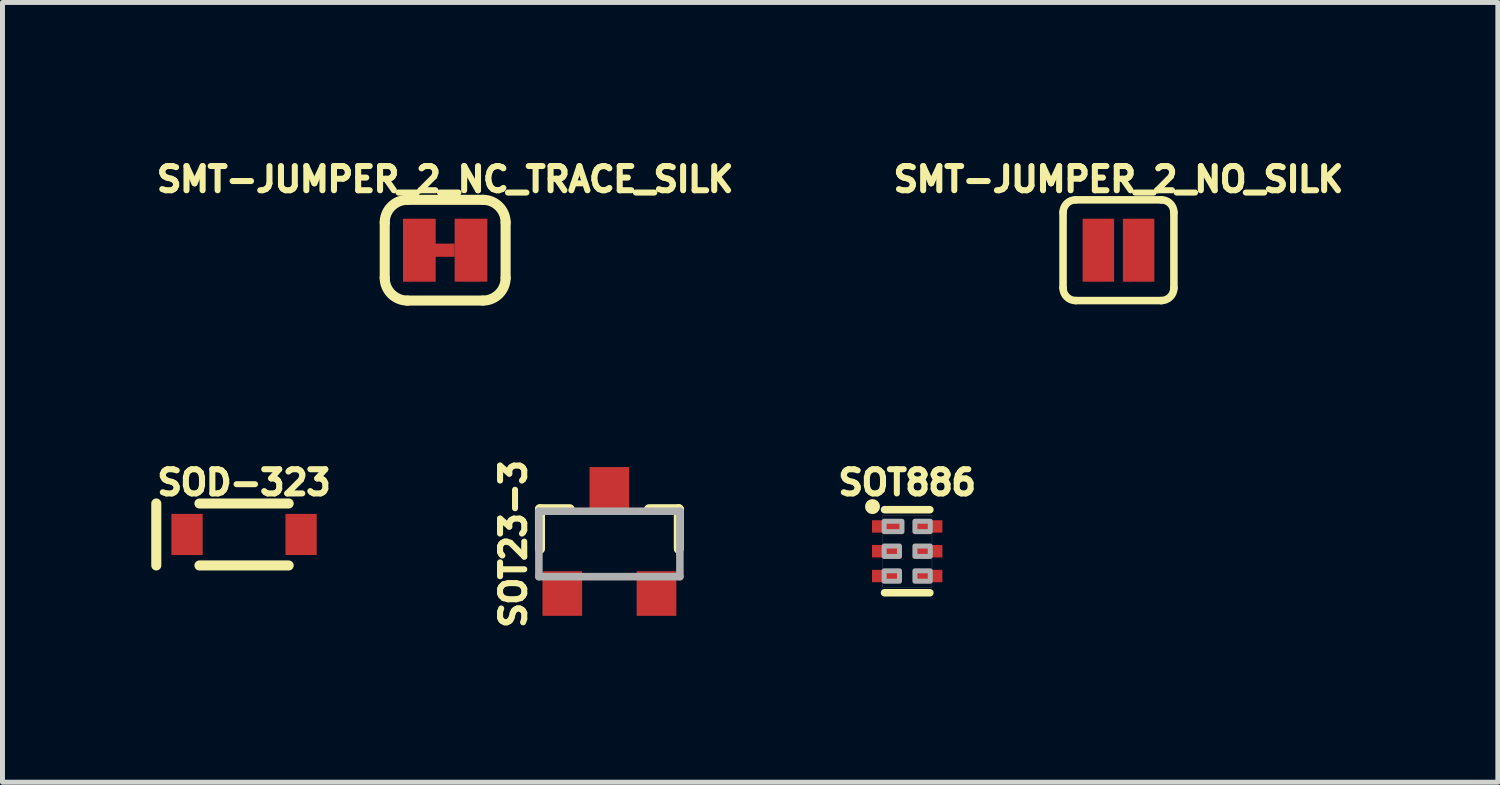
<source format=kicad_pcb>
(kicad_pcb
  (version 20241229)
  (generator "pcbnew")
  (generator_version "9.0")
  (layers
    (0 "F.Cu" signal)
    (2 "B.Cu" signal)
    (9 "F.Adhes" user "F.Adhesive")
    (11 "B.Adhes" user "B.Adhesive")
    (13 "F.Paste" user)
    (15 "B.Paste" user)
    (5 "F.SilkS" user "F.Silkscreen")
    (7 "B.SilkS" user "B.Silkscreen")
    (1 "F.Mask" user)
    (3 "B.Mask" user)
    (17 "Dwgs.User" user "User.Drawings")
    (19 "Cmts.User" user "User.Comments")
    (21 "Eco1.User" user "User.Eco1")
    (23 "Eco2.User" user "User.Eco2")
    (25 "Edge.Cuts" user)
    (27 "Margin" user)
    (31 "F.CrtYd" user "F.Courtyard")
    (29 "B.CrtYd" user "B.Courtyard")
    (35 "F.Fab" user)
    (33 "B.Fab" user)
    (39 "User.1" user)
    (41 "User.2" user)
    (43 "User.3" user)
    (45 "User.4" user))
  (footprint "SMT-JUMPER_2_NC_TRACE_SILK"
    (layer "F.Cu")
    (at 5.928 1.996)
    (property "Reference" "SMT-JUMPER_2_NC_TRACE_SILK" (at 0 -1.143 0) (layer "F.SilkS") (effects (font (size 0.488 0.488) (thickness 0.122)) (justify bottom)))
    (fp_poly (pts (xy 0.191 0.133) (xy -0.705 0.133) (xy -0.705 -0.133) (xy 0.191 -0.133)) (stroke (width 0) (type solid)) (fill yes) (layer "F.Cu"))
    (fp_poly (pts (xy 0.254 0.191) (xy -0.254 0.191) (xy -0.254 -0.191) (xy 0.254 -0.191)) (stroke (width 0) (type solid)) (fill yes) (layer "F.Mask"))
    (fp_line (start -1.219 0.559) (end -1.219 -0.559) (stroke (width 0.203) (type solid)) (layer "F.SilkS"))
    (fp_line (start -0.762 -1.016) (end 0.762 -1.016) (stroke (width 0.203) (type solid)) (layer "F.SilkS"))
    (fp_line (start 0.762 1.016) (end -0.762 1.016) (stroke (width 0.203) (type solid)) (layer "F.SilkS"))
    (fp_line (start 1.219 0.559) (end 1.219 -0.559) (stroke (width 0.203) (type solid)) (layer "F.SilkS"))
    (fp_arc (start -1.2192 -0.5588) (mid -1.085289 -0.882089) (end -0.762 -1.016) (stroke (width 0.2032) (type solid)) (layer "F.SilkS"))
    (fp_arc (start -0.762 1.016) (mid -1.085289 0.882089) (end -1.2192 0.5588) (stroke (width 0.2032) (type solid)) (layer "F.SilkS"))
    (fp_arc (start 0.762 -1.016) (mid 1.085289 -0.882089) (end 1.2192 -0.5588) (stroke (width 0.2032) (type solid)) (layer "F.SilkS"))
    (fp_arc (start 1.2192 0.5588) (mid 1.085289 0.882089) (end 0.762 1.016) (stroke (width 0.2032) (type solid)) (layer "F.SilkS"))
    (pad "1" smd rect (at -0.521 0) (size 0.66 1.27) (layers "F.Cu" "F.Mask"))
    (pad "2" smd rect (at 0.521 0) (size 0.66 1.27) (layers "F.Cu" "F.Mask")))
  (footprint "SOT23-3"
    (layer "F.Cu")
    (at 9.24 7.92)
    (property "Reference" "SOT23-3" (at -1.651 0 90) (layer "F.SilkS") (effects (font (size 0.488 0.488) (thickness 0.122)) (justify bottom)))
    (fp_line (start -1.4 -0.7) (end -1.4 0.1) (stroke (width 0.203) (type solid)) (layer "F.SilkS"))
    (fp_line (start -0.8 -0.7) (end -1.4 -0.7) (stroke (width 0.203) (type solid)) (layer "F.SilkS"))
    (fp_line (start 0.8 -0.7) (end 1.4 -0.7) (stroke (width 0.203) (type solid)) (layer "F.SilkS"))
    (fp_line (start 1.4 -0.7) (end 1.4 0.1) (stroke (width 0.203) (type solid)) (layer "F.SilkS"))
    (fp_line (start -1.422 -0.66) (end 1.422 -0.66) (stroke (width 0.152) (type solid)) (layer "F.Fab"))
    (fp_line (start -1.422 0.66) (end -1.422 -0.66) (stroke (width 0.152) (type solid)) (layer "F.Fab"))
    (fp_line (start 1.422 -0.66) (end 1.422 0.66) (stroke (width 0.152) (type solid)) (layer "F.Fab"))
    (fp_line (start 1.422 0.66) (end -1.422 0.66) (stroke (width 0.152) (type solid)) (layer "F.Fab"))
    (pad "1" smd rect (at -0.95 1) (size 0.8 0.9) (layers "F.Cu" "F.Mask" "F.Paste"))
    (pad "2" smd rect (at 0.95 1) (size 0.8 0.9) (layers "F.Cu" "F.Mask" "F.Paste"))
    (pad "3" smd rect (at 0 -1.1) (size 0.8 0.9) (layers "F.Cu" "F.Mask" "F.Paste")))
  (footprint "SMT-JUMPER_2_NO_SILK"
    (layer "F.Cu")
    (at 19.507 1.996)
    (property "Reference" "SMT-JUMPER_2_NO_SILK" (at 0 -1.143 0) (layer "F.SilkS") (effects (font (size 0.488 0.488) (thickness 0.122)) (justify bottom)))
    (fp_line (start -1.118 0.762) (end -1.118 -0.762) (stroke (width 0.152) (type solid)) (layer "F.SilkS"))
    (fp_line (start -0.864 -1.016) (end 0.864 -1.016) (stroke (width 0.152) (type solid)) (layer "F.SilkS"))
    (fp_line (start 0.864 1.016) (end -0.864 1.016) (stroke (width 0.152) (type solid)) (layer "F.SilkS"))
    (fp_line (start 1.118 0.762) (end 1.118 -0.762) (stroke (width 0.152) (type solid)) (layer "F.SilkS"))
    (fp_arc (start -1.1176 -0.762) (mid -1.043205 -0.941605) (end -0.8636 -1.016) (stroke (width 0.1524) (type solid)) (layer "F.SilkS"))
    (fp_arc (start -0.8636 1.016) (mid -1.043205 0.941605) (end -1.1176 0.762) (stroke (width 0.1524) (type solid)) (layer "F.SilkS"))
    (fp_arc (start 0.8636 -1.016) (mid 1.043205 -0.941605) (end 1.1176 -0.762) (stroke (width 0.1524) (type solid)) (layer "F.SilkS"))
    (fp_arc (start 1.1176 0.762) (mid 1.043205 0.941605) (end 0.8636 1.016) (stroke (width 0.1524) (type solid)) (layer "F.SilkS"))
    (pad "1" smd rect (at -0.406 0) (size 0.635 1.27) (layers "F.Cu" "F.Mask"))
    (pad "2" smd rect (at 0.406 0) (size 0.635 1.27) (layers "F.Cu" "F.Mask")))
  (footprint "SOD-323"
    (layer "F.Cu")
    (at 1.872 7.729)
    (property "Reference" "SOD-323" (at 0 -0.762 0) (layer "F.SilkS") (effects (font (size 0.488 0.488) (thickness 0.122)) (justify bottom)))
    (fp_line (start -1.77 -0.625) (end -1.77 0.625) (stroke (width 0.203) (type solid)) (layer "F.SilkS"))
    (fp_line (start -0.9 -0.625) (end 0.9 -0.625) (stroke (width 0.203) (type solid)) (layer "F.SilkS"))
    (fp_line (start -0.9 0.625) (end 0.9 0.625) (stroke (width 0.203) (type solid)) (layer "F.SilkS"))
    (pad "A" smd rect (at 1.15 0) (size 0.63 0.83) (layers "F.Cu" "F.Mask" "F.Paste"))
    (pad "C" smd rect (at -1.15 0) (size 0.63 0.83) (layers "F.Cu" "F.Mask" "F.Paste")))
  (footprint "SOT886"
    (layer "F.Cu")
    (at 15.246 8.067)
    (property "Reference" "SOT886" (at 0 -1.1 0) (layer "F.SilkS") (effects (font (size 0.488 0.488) (thickness 0.122)) (justify bottom)))
    (fp_line (start -0.457 -0.838) (end 0.457 -0.838) (stroke (width 0.152) (type solid)) (layer "F.SilkS"))
    (fp_line (start -0.457 0.838) (end 0.457 0.838) (stroke (width 0.152) (type solid)) (layer "F.SilkS"))
    (fp_circle (center -0.7 -0.9) (end -0.625 -0.9) (stroke (width 0.15) (type solid)) (fill yes) (layer "F.SilkS"))
    (fp_line (start -0.5 -0.725) (end 0.5 -0.725) (stroke (width 0.003) (type solid)) (layer "F.Fab"))
    (fp_line (start -0.5 0.725) (end -0.5 -0.725) (stroke (width 0.003) (type solid)) (layer "F.Fab"))
    (fp_line (start 0.5 -0.725) (end 0.5 0.725) (stroke (width 0.003) (type solid)) (layer "F.Fab"))
    (fp_line (start 0.5 0.725) (end -0.5 0.725) (stroke (width 0.003) (type solid)) (layer "F.Fab"))
    (fp_poly (pts (xy -0.465 -0.395) (xy -0.105 -0.395) (xy -0.105 -0.605) (xy -0.465 -0.605)) (stroke (width 0.1) (type solid)) (fill no) (layer "F.Fab"))
    (fp_poly (pts (xy -0.465 0.105) (xy -0.155 0.105) (xy -0.155 -0.105) (xy -0.465 -0.105)) (stroke (width 0.1) (type solid)) (fill no) (layer "F.Fab"))
    (fp_poly (pts (xy -0.465 0.605) (xy -0.155 0.605) (xy -0.155 0.395) (xy -0.465 0.395)) (stroke (width 0.1) (type solid)) (fill no) (layer "F.Fab"))
    (fp_poly (pts (xy 0.465 -0.605) (xy 0.155 -0.605) (xy 0.155 -0.395) (xy 0.465 -0.395)) (stroke (width 0.1) (type solid)) (fill no) (layer "F.Fab"))
    (fp_poly (pts (xy 0.465 -0.105) (xy 0.155 -0.105) (xy 0.155 0.105) (xy 0.465 0.105)) (stroke (width 0.1) (type solid)) (fill no) (layer "F.Fab"))
    (fp_poly (pts (xy 0.465 0.395) (xy 0.155 0.395) (xy 0.155 0.605) (xy 0.465 0.605)) (stroke (width 0.1) (type solid)) (fill no) (layer "F.Fab"))
    (pad "1" smd rect (at -0.405 -0.5) (size 0.61 0.25) (layers "F.Cu" "F.Mask" "F.Paste"))
    (pad "2" smd rect (at -0.43 0) (size 0.56 0.25) (layers "F.Cu" "F.Mask" "F.Paste"))
    (pad "3" smd rect (at -0.43 0.5) (size 0.56 0.25) (layers "F.Cu" "F.Mask" "F.Paste"))
    (pad "4" smd rect (at 0.43 0.5 180) (size 0.56 0.25) (layers "F.Cu" "F.Mask" "F.Paste"))
    (pad "5" smd rect (at 0.43 0 180) (size 0.56 0.25) (layers "F.Cu" "F.Mask" "F.Paste"))
    (pad "6" smd rect (at 0.43 -0.5 180) (size 0.56 0.25) (layers "F.Cu" "F.Mask" "F.Paste")))
  (gr_rect
    (start -3 -3)
    (end 27.158 12.726)
    (stroke (width 0.1) (type default))
    (fill no)
    (layer "Edge.Cuts")))
</source>
